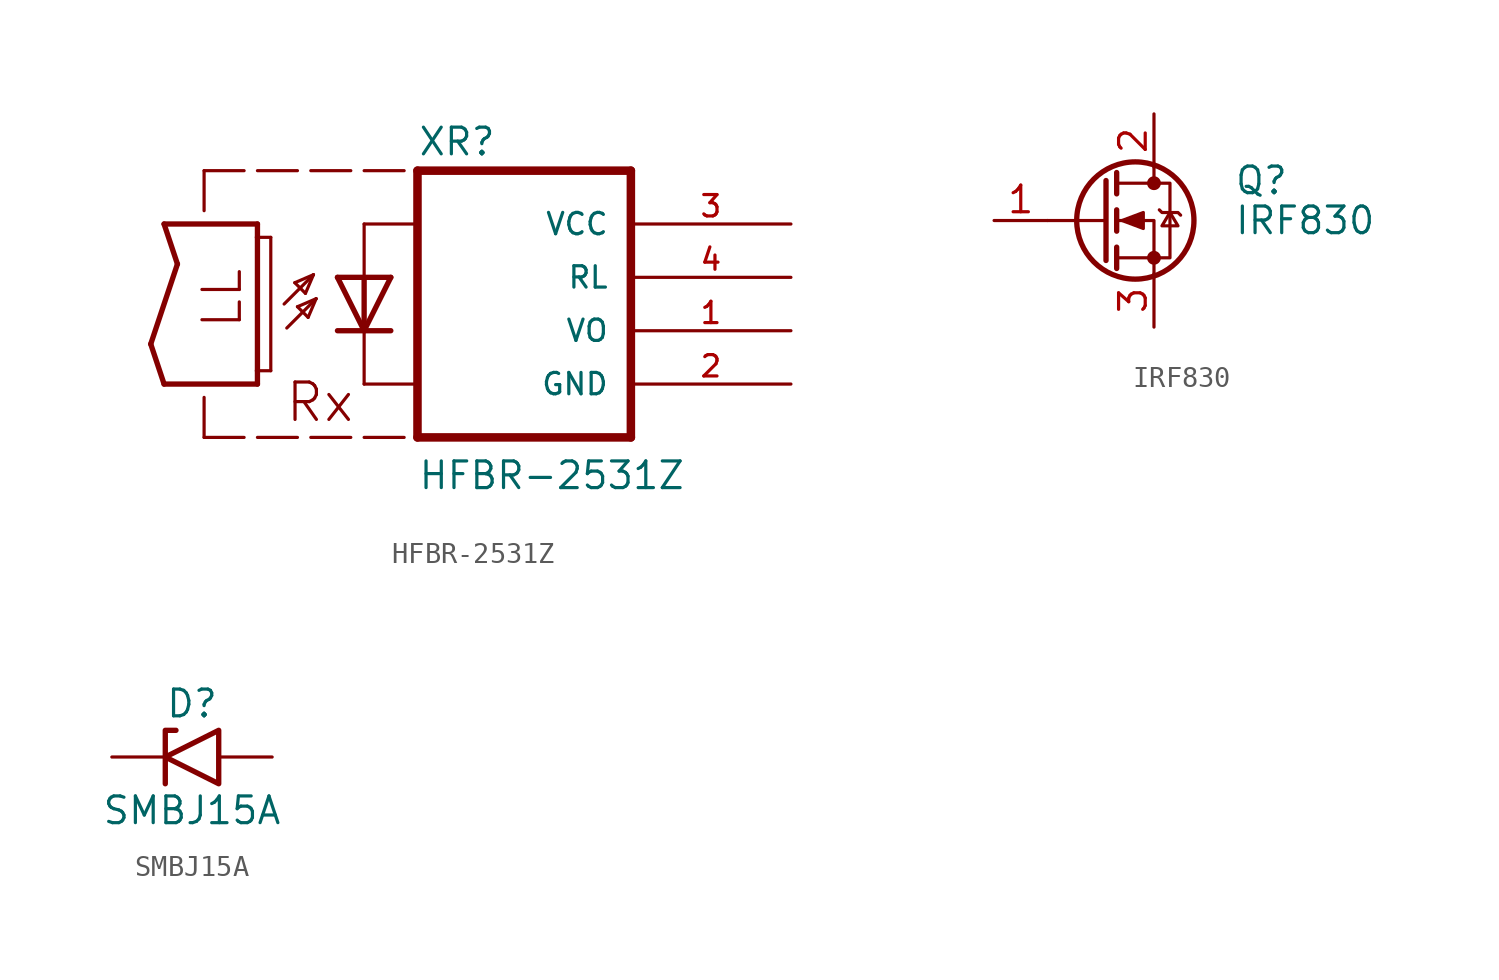
<source format=kicad_sym>
(kicad_symbol_lib
  (version 20211014)
  (generator kicad_symbol_editor)
  (symbol "HFBR-2531Z"
    (pin_names
      (offset 1.016))
    (property "Reference" "XR"
      (at 2.541 8.258 0)
      (effects (font (size 1.27 1.27)) (justify left bottom)))
    (property "Value" "HFBR-2531Z"
      (at 2.545 -7.633 0)
      (effects (font (size 1.27 1.27)) (justify left bottom)))
    (symbol "HFBR-2531Z_0_0"
      (polyline (pts (xy -10.16 -0.635) (xy -8.89 3.175)) (stroke (width 0.254) (type default) (color 0 0 0 0)) (fill (type none)))
      (polyline (pts (xy -9.525 -2.54) (xy -10.16 -0.635)) (stroke (width 0.254) (type default) (color 0 0 0 0)) (fill (type none)))
      (polyline (pts (xy -9.525 5.08) (xy -5.08 5.08)) (stroke (width 0.254) (type default) (color 0 0 0 0)) (fill (type none)))
      (polyline (pts (xy -8.89 3.175) (xy -9.525 5.08)) (stroke (width 0.254) (type default) (color 0 0 0 0)) (fill (type none)))
      (polyline (pts (xy -7.62 -5.08) (xy -5.715 -5.08)) (stroke (width 0.152) (type default) (color 0 0 0 0)) (fill (type none)))
      (polyline (pts (xy -7.62 -3.175) (xy -7.62 -5.08)) (stroke (width 0.152) (type default) (color 0 0 0 0)) (fill (type none)))
      (polyline (pts (xy -7.62 5.715) (xy -7.62 7.62)) (stroke (width 0.152) (type default) (color 0 0 0 0)) (fill (type none)))
      (polyline (pts (xy -7.62 7.62) (xy -5.715 7.62)) (stroke (width 0.152) (type default) (color 0 0 0 0)) (fill (type none)))
      (polyline (pts (xy -5.08 -5.08) (xy -3.175 -5.08)) (stroke (width 0.152) (type default) (color 0 0 0 0)) (fill (type none)))
      (polyline (pts (xy -5.08 -2.54) (xy -9.525 -2.54)) (stroke (width 0.254) (type default) (color 0 0 0 0)) (fill (type none)))
      (polyline (pts (xy -5.08 -1.905) (xy -5.08 -2.54)) (stroke (width 0.254) (type default) (color 0 0 0 0)) (fill (type none)))
      (polyline (pts (xy -5.08 4.445) (xy -5.08 -1.905)) (stroke (width 0.254) (type default) (color 0 0 0 0)) (fill (type none)))
      (polyline (pts (xy -5.08 4.445) (xy -4.445 4.445)) (stroke (width 0.152) (type default) (color 0 0 0 0)) (fill (type none)))
      (polyline (pts (xy -5.08 5.08) (xy -5.08 4.445)) (stroke (width 0.254) (type default) (color 0 0 0 0)) (fill (type none)))
      (polyline (pts (xy -5.08 7.62) (xy -3.175 7.62)) (stroke (width 0.152) (type default) (color 0 0 0 0)) (fill (type none)))
      (polyline (pts (xy -4.445 -1.905) (xy -5.08 -1.905)) (stroke (width 0.152) (type default) (color 0 0 0 0)) (fill (type none)))
      (polyline (pts (xy -4.445 4.445) (xy -4.445 -1.905)) (stroke (width 0.152) (type default) (color 0 0 0 0)) (fill (type none)))
      (polyline (pts (xy -3.81 1.27) (xy -2.413 2.667)) (stroke (width 0.152) (type default) (color 0 0 0 0)) (fill (type none)))
      (polyline (pts (xy -3.683 0.127) (xy -2.286 1.524)) (stroke (width 0.152) (type default) (color 0 0 0 0)) (fill (type none)))
      (polyline (pts (xy -3.302 2.286) (xy -2.794 1.778)) (stroke (width 0.152) (type default) (color 0 0 0 0)) (fill (type none)))
      (polyline (pts (xy -3.175 1.143) (xy -2.667 0.635)) (stroke (width 0.152) (type default) (color 0 0 0 0)) (fill (type none)))
      (polyline (pts (xy -2.794 1.778) (xy -2.413 2.667)) (stroke (width 0.152) (type default) (color 0 0 0 0)) (fill (type none)))
      (polyline (pts (xy -2.667 0.635) (xy -2.286 1.524)) (stroke (width 0.152) (type default) (color 0 0 0 0)) (fill (type none)))
      (polyline (pts (xy -2.54 -5.08) (xy -0.635 -5.08)) (stroke (width 0.152) (type default) (color 0 0 0 0)) (fill (type none)))
      (polyline (pts (xy -2.54 7.62) (xy -0.635 7.62)) (stroke (width 0.152) (type default) (color 0 0 0 0)) (fill (type none)))
      (polyline (pts (xy -2.413 2.667) (xy -3.302 2.286)) (stroke (width 0.152) (type default) (color 0 0 0 0)) (fill (type none)))
      (polyline (pts (xy -2.286 1.524) (xy -3.175 1.143)) (stroke (width 0.152) (type default) (color 0 0 0 0)) (fill (type none)))
      (polyline (pts (xy 0 -5.08) (xy 1.905 -5.08)) (stroke (width 0.152) (type default) (color 0 0 0 0)) (fill (type none)))
      (polyline (pts (xy 0 -2.54) (xy 2.54 -2.54)) (stroke (width 0.152) (type default) (color 0 0 0 0)) (fill (type none)))
      (polyline (pts (xy 0 0) (xy -1.27 0)) (stroke (width 0.254) (type default) (color 0 0 0 0)) (fill (type none)))
      (polyline (pts (xy 0 0) (xy -1.27 2.54)) (stroke (width 0.254) (type default) (color 0 0 0 0)) (fill (type none)))
      (polyline (pts (xy 0 0) (xy 0 -2.54)) (stroke (width 0.152) (type default) (color 0 0 0 0)) (fill (type none)))
      (polyline (pts (xy 0 2.54) (xy -1.27 2.54)) (stroke (width 0.254) (type default) (color 0 0 0 0)) (fill (type none)))
      (polyline (pts (xy 0 2.54) (xy 0 0)) (stroke (width 0.254) (type default) (color 0 0 0 0)) (fill (type none)))
      (polyline (pts (xy 0 5.08) (xy 0 2.54)) (stroke (width 0.152) (type default) (color 0 0 0 0)) (fill (type none)))
      (polyline (pts (xy 0 5.08) (xy 2.54 5.08)) (stroke (width 0.152) (type default) (color 0 0 0 0)) (fill (type none)))
      (polyline (pts (xy 0 7.62) (xy 1.905 7.62)) (stroke (width 0.152) (type default) (color 0 0 0 0)) (fill (type none)))
      (polyline (pts (xy 1.27 0) (xy 0 0)) (stroke (width 0.254) (type default) (color 0 0 0 0)) (fill (type none)))
      (polyline (pts (xy 1.27 2.54) (xy 0 0)) (stroke (width 0.254) (type default) (color 0 0 0 0)) (fill (type none)))
      (polyline (pts (xy 1.27 2.54) (xy 0 2.54)) (stroke (width 0.254) (type default) (color 0 0 0 0)) (fill (type none)))
      (polyline (pts (xy 2.54 -5.08) (xy 12.7 -5.08)) (stroke (width 0.406) (type default) (color 0 0 0 0)) (fill (type none)))
      (polyline (pts (xy 2.54 7.62) (xy 2.54 -5.08)) (stroke (width 0.406) (type default) (color 0 0 0 0)) (fill (type none)))
      (polyline (pts (xy 12.7 -5.08) (xy 12.7 7.62)) (stroke (width 0.406) (type default) (color 0 0 0 0)) (fill (type none)))
      (polyline (pts (xy 12.7 7.62) (xy 2.54 7.62)) (stroke (width 0.406) (type default) (color 0 0 0 0)) (fill (type none)))
      (text "LL" (at -5.718 0 900) (effects (font (size 1.779 1.779)) (justify left bottom)))
      (text "Rx" (at -3.814 -4.449 0) (effects (font (size 1.78 1.78)) (justify left bottom)))
      (pin passive line (at 20.32 0 180) (length 7.62) (name "VO" (effects (font (size 1.016 1.016)))) (number "1" (effects (font (size 1.016 1.016)))))
      (pin power_in line (at 20.32 -2.54 180) (length 7.62) (name "GND" (effects (font (size 1.016 1.016)))) (number "2" (effects (font (size 1.016 1.016)))))
      (pin power_in line (at 20.32 5.08 180) (length 7.62) (name "VCC" (effects (font (size 1.016 1.016)))) (number "3" (effects (font (size 1.016 1.016)))))
      (pin passive line (at 20.32 2.54 180) (length 7.62) (name "RL" (effects (font (size 1.016 1.016)))) (number "4" (effects (font (size 1.016 1.016)))))))
  (symbol "IRF830"
    (pin_names hide)
    (property "Reference" "Q"
      (at 6.35 1.905 0)
      (effects (font (size 1.27 1.27)) (justify left)))
    (property "Value" "IRF830"
      (at 6.35 0 0)
      (effects (font (size 1.27 1.27)) (justify left)))
    (symbol "IRF830_0_1"
      (polyline (pts (xy 0.254 0) (xy -2.54 0)) (stroke (width 0) (type default) (color 0 0 0 0)) (fill (type none)))
      (polyline (pts (xy 0.254 1.905) (xy 0.254 -1.905)) (stroke (width 0.254) (type default) (color 0 0 0 0)) (fill (type none)))
      (polyline (pts (xy 0.762 -1.27) (xy 0.762 -2.286)) (stroke (width 0.254) (type default) (color 0 0 0 0)) (fill (type none)))
      (polyline (pts (xy 0.762 0.508) (xy 0.762 -0.508)) (stroke (width 0.254) (type default) (color 0 0 0 0)) (fill (type none)))
      (polyline (pts (xy 0.762 2.286) (xy 0.762 1.27)) (stroke (width 0.254) (type default) (color 0 0 0 0)) (fill (type none)))
      (polyline (pts (xy 2.54 2.54) (xy 2.54 1.778)) (stroke (width 0) (type default) (color 0 0 0 0)) (fill (type none)))
      (polyline (pts (xy 2.54 -2.54) (xy 2.54 0) (xy 0.762 0)) (stroke (width 0) (type default) (color 0 0 0 0)) (fill (type none)))
      (polyline (pts (xy 0.762 -1.778) (xy 3.302 -1.778) (xy 3.302 1.778) (xy 0.762 1.778)) (stroke (width 0) (type default) (color 0 0 0 0)) (fill (type none)))
      (polyline (pts (xy 1.016 0) (xy 2.032 0.381) (xy 2.032 -0.381) (xy 1.016 0)) (stroke (width 0) (type default) (color 0 0 0 0)) (fill (type outline)))
      (polyline (pts (xy 2.794 0.508) (xy 2.921 0.381) (xy 3.683 0.381) (xy 3.81 0.254)) (stroke (width 0) (type default) (color 0 0 0 0)) (fill (type none)))
      (polyline (pts (xy 3.302 0.381) (xy 2.921 -0.254) (xy 3.683 -0.254) (xy 3.302 0.381)) (stroke (width 0) (type default) (color 0 0 0 0)) (fill (type none)))
      (circle (center 1.651 0) (radius 2.794) (stroke (width 0.254) (type default) (color 0 0 0 0)) (fill (type none)))
      (circle (center 2.54 -1.778) (radius 0.254) (stroke (width 0) (type default) (color 0 0 0 0)) (fill (type outline)))
      (circle (center 2.54 1.778) (radius 0.254) (stroke (width 0) (type default) (color 0 0 0 0)) (fill (type outline))))
    (symbol "IRF830_1_1"
      (pin input line (at -5.08 0 0) (length 2.54) (name "G" (effects (font (size 1.27 1.27)))) (number "1" (effects (font (size 1.27 1.27)))))
      (pin passive line (at 2.54 5.08 270) (length 2.54) (name "D" (effects (font (size 1.27 1.27)))) (number "2" (effects (font (size 1.27 1.27)))))
      (pin passive line (at 2.54 -5.08 90) (length 2.54) (name "S" (effects (font (size 1.27 1.27)))) (number "3" (effects (font (size 1.27 1.27)))))))
  (symbol "SMBJ15A"
    (pin_numbers hide)
    (pin_names
      (offset 1.016) hide)
    (property "Reference" "D"
      (at 0 2.54 0)
      (effects (font (size 1.27 1.27))))
    (property "Value" "SMBJ15A"
      (at 0 -2.54 0)
      (effects (font (size 1.27 1.27))))
    (symbol "SMBJ15A_0_1"
      (polyline (pts (xy -0.762 1.27) (xy -1.27 1.27) (xy -1.27 -1.27)) (stroke (width 0.254) (type default) (color 0 0 0 0)) (fill (type none)))
      (polyline (pts (xy 1.27 1.27) (xy 1.27 -1.27) (xy -1.27 0) (xy 1.27 1.27)) (stroke (width 0.254) (type default) (color 0 0 0 0)) (fill (type none))))
    (symbol "SMBJ15A_1_1"
      (pin passive line (at -3.81 0 0) (length 2.54) (name "A1" (effects (font (size 1.27 1.27)))) (number "1" (effects (font (size 1.27 1.27)))))
      (pin passive line (at 3.81 0 180) (length 2.54) (name "A2" (effects (font (size 1.27 1.27)))) (number "2" (effects (font (size 1.27 1.27))))))))
</source>
